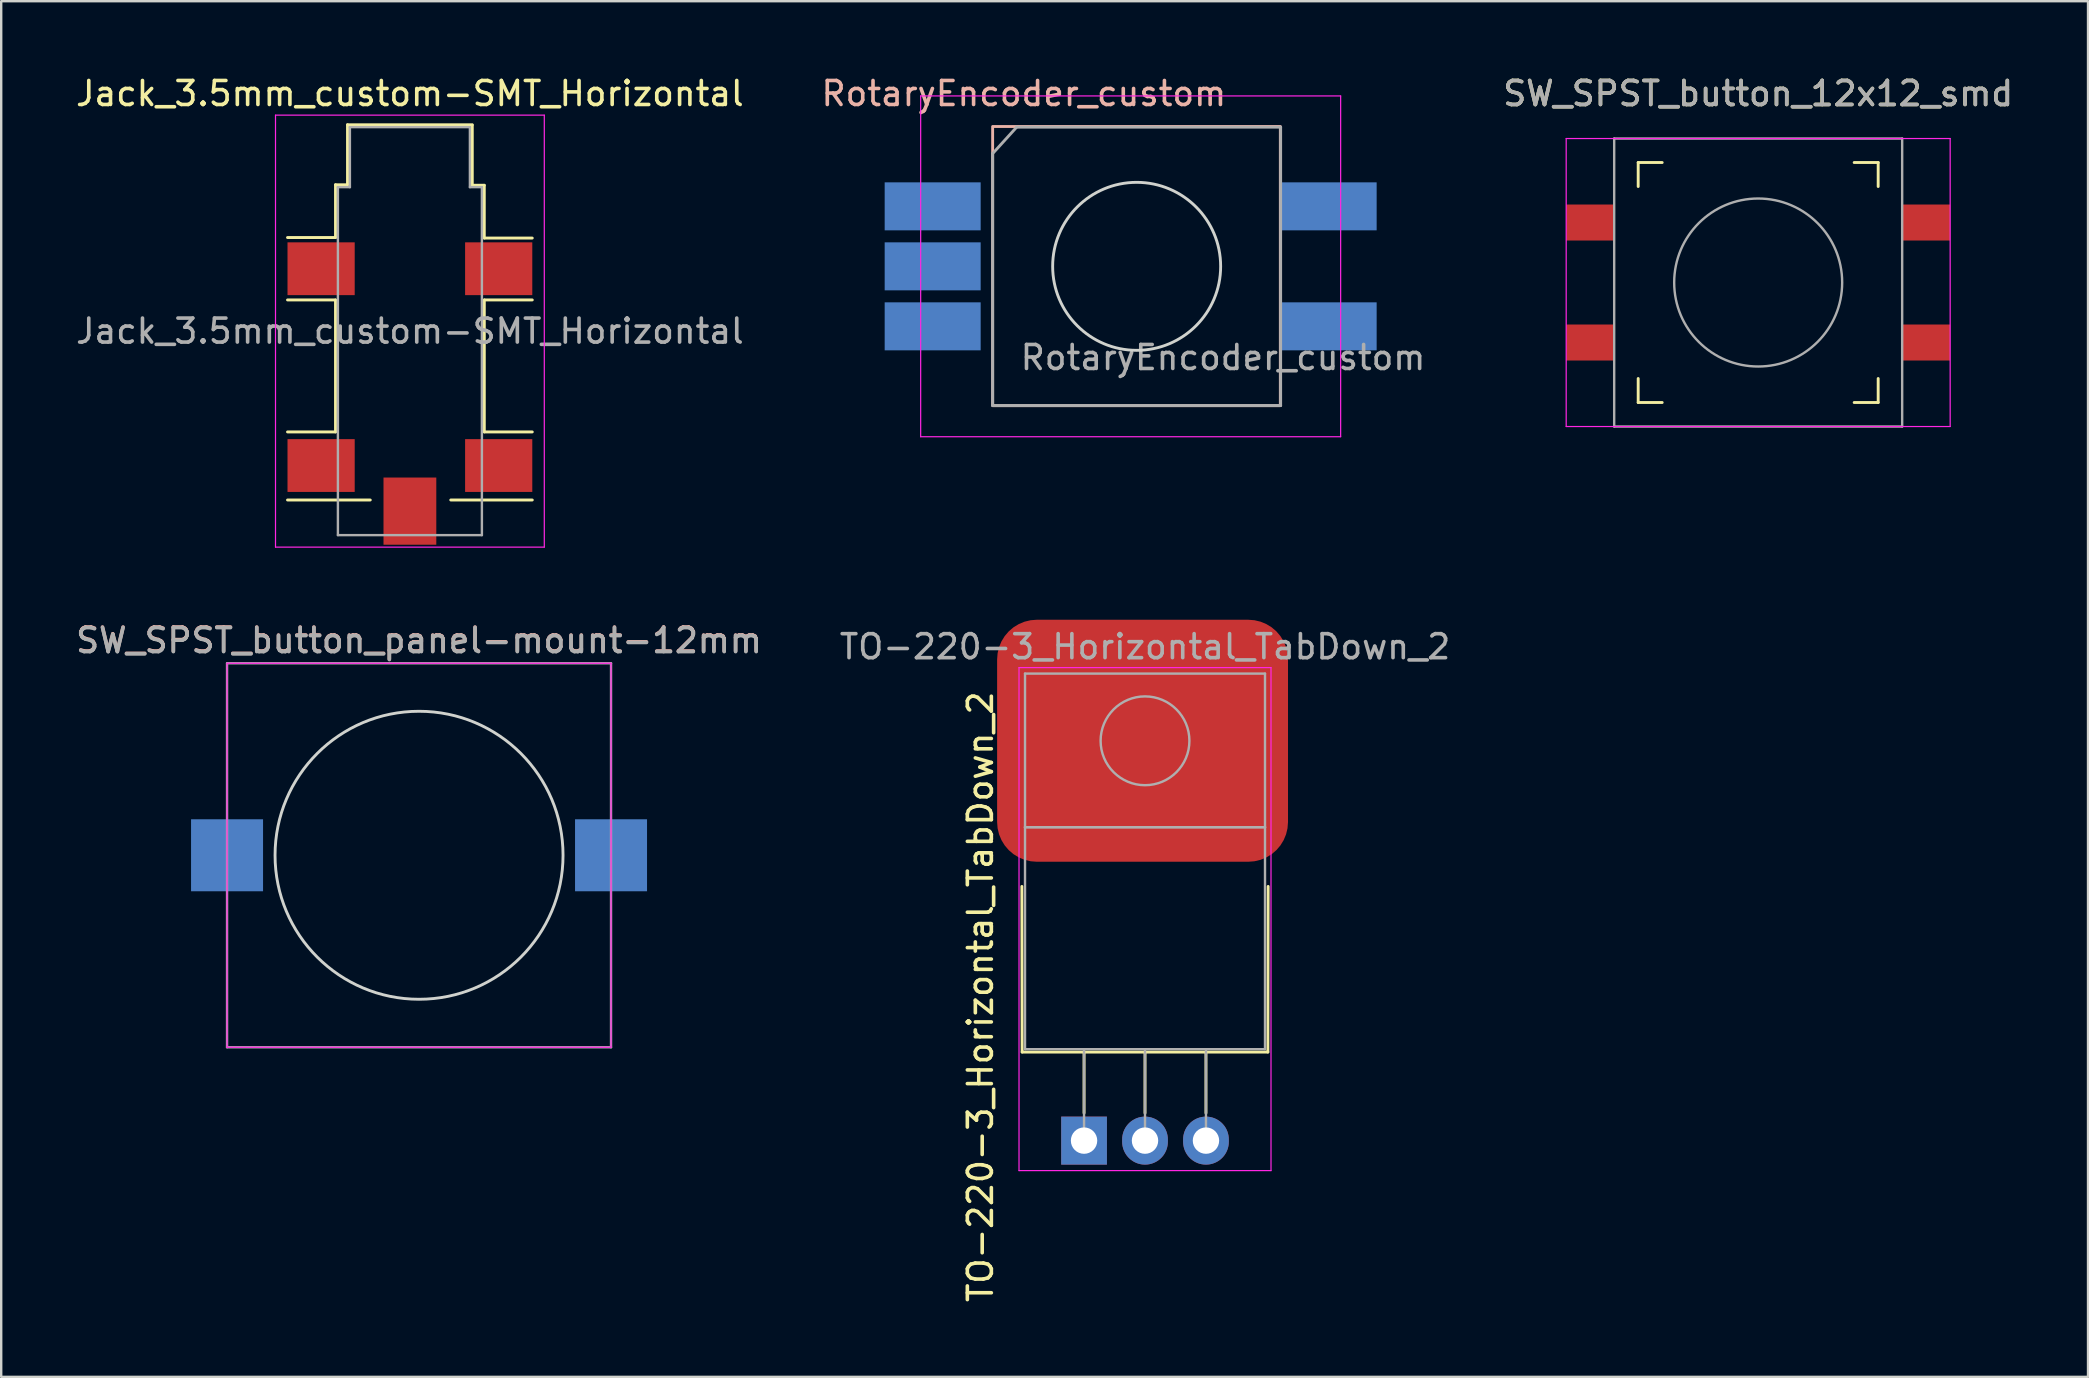
<source format=kicad_pcb>
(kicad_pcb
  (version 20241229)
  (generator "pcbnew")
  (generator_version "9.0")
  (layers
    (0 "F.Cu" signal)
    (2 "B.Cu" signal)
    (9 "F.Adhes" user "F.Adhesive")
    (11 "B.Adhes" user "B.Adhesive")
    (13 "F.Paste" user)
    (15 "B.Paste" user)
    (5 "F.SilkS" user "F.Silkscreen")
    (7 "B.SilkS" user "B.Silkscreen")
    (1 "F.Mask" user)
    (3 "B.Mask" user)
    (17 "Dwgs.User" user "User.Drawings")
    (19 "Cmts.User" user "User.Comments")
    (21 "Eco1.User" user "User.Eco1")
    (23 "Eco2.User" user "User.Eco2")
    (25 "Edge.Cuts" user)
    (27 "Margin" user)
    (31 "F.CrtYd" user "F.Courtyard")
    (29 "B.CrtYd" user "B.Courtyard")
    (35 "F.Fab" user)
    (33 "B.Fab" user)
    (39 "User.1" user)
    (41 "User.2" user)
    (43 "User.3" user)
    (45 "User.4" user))
  (footprint "SW_SPST_button_panel-mount-12mm"
    (layer "F.Cu")
    (at 14.411 32.588)
    (property "Reference" "SW_SPST_button_panel-mount-12mm" (at 0 -8.966 0) (layer "B.SilkS") (effects (font (size 1 1) (thickness 0.15))))
    (attr through_hole)
    (fp_circle (center 0 0) (end 6 0) (stroke (width 0.12) (type solid)) (fill no) (layer "Edge.Cuts"))
    (fp_line (start -8 -8) (end -8 8) (stroke (width 0.05) (type solid)) (layer "F.CrtYd"))
    (fp_line (start -8 -8) (end 8 -8) (stroke (width 0.05) (type solid)) (layer "F.CrtYd"))
    (fp_line (start -8 8) (end 8 8) (stroke (width 0.05) (type solid)) (layer "F.CrtYd"))
    (fp_line (start 8 8) (end 8 -8) (stroke (width 0.05) (type solid)) (layer "F.CrtYd"))
    (fp_line (start -8 -8) (end -8 8) (stroke (width 0.1) (type solid)) (layer "F.Fab"))
    (fp_line (start -8 8) (end 8 8) (stroke (width 0.1) (type solid)) (layer "F.Fab"))
    (fp_line (start 8 -8) (end -8 -8) (stroke (width 0.1) (type solid)) (layer "F.Fab"))
    (fp_line (start 8 8) (end 8 -8) (stroke (width 0.1) (type solid)) (layer "F.Fab"))
    (fp_text user "${REFERENCE}" (at 0 -8.941 0) (layer "F.Fab") (effects (font (size 1 1) (thickness 0.15))))
    (pad "1" smd rect (at -8 0) (size 3 3) (layers "B.Cu" "B.Mask" "B.Paste"))
    (pad "2" smd rect (at 8 0) (size 3 3) (layers "B.Cu" "B.Mask" "B.Paste")))
  (footprint "TO-220-3_Horizontal_TabDown_2"
    (layer "F.Cu")
    (at 42.121 44.478)
    (property "Reference" "TO-220-3_Horizontal_TabDown_2" (at -4.318 -5.994 270) (layer "F.SilkS") (effects (font (size 1 1) (thickness 0.15))))
    (attr through_hole)
    (fp_line (start -2.591 -10.592) (end -2.58 -3.69) (stroke (width 0.12) (type solid)) (layer "F.SilkS"))
    (fp_line (start -2.58 -3.69) (end 7.66 -3.69) (stroke (width 0.12) (type solid)) (layer "F.SilkS"))
    (fp_line (start 0 -3.69) (end 0 -1.15) (stroke (width 0.12) (type solid)) (layer "F.SilkS"))
    (fp_line (start 2.54 -3.69) (end 2.54 -1.15) (stroke (width 0.12) (type solid)) (layer "F.SilkS"))
    (fp_line (start 5.08 -3.69) (end 5.08 -1.15) (stroke (width 0.12) (type solid)) (layer "F.SilkS"))
    (fp_line (start 7.671 -10.592) (end 7.66 -3.69) (stroke (width 0.12) (type solid)) (layer "F.SilkS"))
    (fp_line (start -2.71 -19.71) (end -2.71 1.25) (stroke (width 0.05) (type solid)) (layer "F.CrtYd"))
    (fp_line (start -2.71 1.25) (end 7.79 1.25) (stroke (width 0.05) (type solid)) (layer "F.CrtYd"))
    (fp_line (start 7.79 -19.71) (end -2.71 -19.71) (stroke (width 0.05) (type solid)) (layer "F.CrtYd"))
    (fp_line (start 7.79 1.25) (end 7.79 -19.71) (stroke (width 0.05) (type solid)) (layer "F.CrtYd"))
    (fp_line (start -2.46 -19.46) (end 7.54 -19.46) (stroke (width 0.1) (type solid)) (layer "F.Fab"))
    (fp_line (start -2.46 -13.06) (end -2.46 -19.46) (stroke (width 0.1) (type solid)) (layer "F.Fab"))
    (fp_line (start -2.46 -13.06) (end 7.54 -13.06) (stroke (width 0.1) (type solid)) (layer "F.Fab"))
    (fp_line (start -2.46 -3.81) (end -2.46 -13.06) (stroke (width 0.1) (type solid)) (layer "F.Fab"))
    (fp_line (start 0 -3.81) (end 0 0) (stroke (width 0.1) (type solid)) (layer "F.Fab"))
    (fp_line (start 2.54 -3.81) (end 2.54 0) (stroke (width 0.1) (type solid)) (layer "F.Fab"))
    (fp_line (start 5.08 -3.81) (end 5.08 0) (stroke (width 0.1) (type solid)) (layer "F.Fab"))
    (fp_line (start 7.54 -19.46) (end 7.54 -13.06) (stroke (width 0.1) (type solid)) (layer "F.Fab"))
    (fp_line (start 7.54 -13.06) (end -2.46 -13.06) (stroke (width 0.1) (type solid)) (layer "F.Fab"))
    (fp_line (start 7.54 -13.06) (end 7.54 -3.81) (stroke (width 0.1) (type solid)) (layer "F.Fab"))
    (fp_line (start 7.54 -3.81) (end -2.46 -3.81) (stroke (width 0.1) (type solid)) (layer "F.Fab"))
    (fp_circle (center 2.54 -16.66) (end 4.39 -16.66) (stroke (width 0.1) (type solid)) (fill no) (layer "F.Fab"))
    (fp_text user "${REFERENCE}" (at 2.54 -20.58 0) (layer "F.Fab") (effects (font (size 1 1) (thickness 0.15))))
    (pad "1" thru_hole rect (at 0 0) (size 1.905 2) (drill 1.1) (layers "*.Cu" "*.Mask"))
    (pad "2" thru_hole oval (at 2.54 0) (size 1.905 2) (drill 1.1) (layers "*.Cu" "*.Mask"))
    (pad "3" thru_hole oval (at 5.08 0) (size 1.905 2) (drill 1.1) (layers "*.Cu" "*.Mask"))
    (pad "4" smd roundrect (at 2.438 -16.662) (size 12.121 10.084) (layers "F.Cu" "F.Mask" "F.Paste") (roundrect_rratio 0.164)))
  (footprint "Jack_3.5mm_custom-SMT_Horizontal"
    (layer "F.Cu")
    (at 14.03 10.748)
    (property "Reference" "Jack_3.5mm_custom-SMT_Horizontal" (at 0 -9.9 0) (layer "F.SilkS") (effects (font (size 1 1) (thickness 0.15))))
    (attr smd)
    (fp_line (start -3.1 -6.1) (end -2.6 -6.1) (stroke (width 0.12) (type solid)) (layer "F.SilkS"))
    (fp_line (start -3.1 -3.9) (end -5.1 -3.9) (stroke (width 0.12) (type solid)) (layer "F.SilkS"))
    (fp_line (start -3.1 -3.9) (end -3.1 -6.1) (stroke (width 0.12) (type solid)) (layer "F.SilkS"))
    (fp_line (start -3.1 -1.3) (end -5.1 -1.3) (stroke (width 0.12) (type solid)) (layer "F.SilkS"))
    (fp_line (start -3.1 4.2) (end -5.1 4.2) (stroke (width 0.12) (type solid)) (layer "F.SilkS"))
    (fp_line (start -3.1 4.2) (end -3.1 -1.3) (stroke (width 0.12) (type solid)) (layer "F.SilkS"))
    (fp_line (start -2.6 -8.6) (end 2.6 -8.6) (stroke (width 0.12) (type solid)) (layer "F.SilkS"))
    (fp_line (start -2.6 -6.1) (end -2.6 -8.6) (stroke (width 0.12) (type solid)) (layer "F.SilkS"))
    (fp_line (start -1.651 7.036) (end -5.1 7.036) (stroke (width 0.12) (type solid)) (layer "F.SilkS"))
    (fp_line (start 1.702 7.036) (end 5.1 7.036) (stroke (width 0.12) (type solid)) (layer "F.SilkS"))
    (fp_line (start 2.599 -6.078) (end 2.599 -8.578) (stroke (width 0.12) (type solid)) (layer "F.SilkS"))
    (fp_line (start 3.099 -6.078) (end 2.599 -6.078) (stroke (width 0.12) (type solid)) (layer "F.SilkS"))
    (fp_line (start 3.099 -3.878) (end 3.099 -6.078) (stroke (width 0.12) (type solid)) (layer "F.SilkS"))
    (fp_line (start 3.099 -3.878) (end 5.099 -3.878) (stroke (width 0.12) (type solid)) (layer "F.SilkS"))
    (fp_line (start 3.1 -1.3) (end 5.1 -1.3) (stroke (width 0.12) (type solid)) (layer "F.SilkS"))
    (fp_line (start 3.1 4.2) (end 3.1 -1.3) (stroke (width 0.12) (type solid)) (layer "F.SilkS"))
    (fp_line (start 3.1 4.2) (end 5.1 4.2) (stroke (width 0.12) (type solid)) (layer "F.SilkS"))
    (fp_line (start -5.6 -9) (end 5.6 -9) (stroke (width 0.05) (type solid)) (layer "F.CrtYd"))
    (fp_line (start -5.6 9) (end -5.6 -9) (stroke (width 0.05) (type solid)) (layer "F.CrtYd"))
    (fp_line (start 5.6 -9) (end 5.6 9) (stroke (width 0.05) (type solid)) (layer "F.CrtYd"))
    (fp_line (start 5.6 9) (end -5.6 9) (stroke (width 0.05) (type solid)) (layer "F.CrtYd"))
    (fp_line (start -3 -6) (end -2.5 -6) (stroke (width 0.1) (type solid)) (layer "F.Fab"))
    (fp_line (start -3 8.5) (end -3 -6) (stroke (width 0.1) (type solid)) (layer "F.Fab"))
    (fp_line (start -2.5 -8.5) (end 2.5 -8.5) (stroke (width 0.1) (type solid)) (layer "F.Fab"))
    (fp_line (start -2.5 -6) (end -2.5 -8.5) (stroke (width 0.1) (type solid)) (layer "F.Fab"))
    (fp_line (start 2.5 -8.5) (end 2.5 -6) (stroke (width 0.1) (type solid)) (layer "F.Fab"))
    (fp_line (start 2.5 -6) (end 3 -6) (stroke (width 0.1) (type solid)) (layer "F.Fab"))
    (fp_line (start 3 -6) (end 3 8.5) (stroke (width 0.1) (type solid)) (layer "F.Fab"))
    (fp_line (start 3 8.5) (end -3 8.5) (stroke (width 0.1) (type solid)) (layer "F.Fab"))
    (fp_text user "${REFERENCE}" (at 0 0 0) (layer "F.Fab") (effects (font (size 1 1) (thickness 0.15))))
    (pad "" smd rect (at 0 7.5 90) (size 2.8 2.2) (layers "F.Cu" "F.Mask" "F.Paste"))
    (pad "R" smd rect (at -3.7 5.6) (size 2.8 2.2) (layers "F.Cu" "F.Mask" "F.Paste"))
    (pad "S" smd rect (at 3.7 5.6) (size 2.8 2.2) (layers "F.Cu" "F.Mask" "F.Paste"))
    (pad "T" smd rect (at -3.7 -2.6) (size 2.8 2.2) (layers "F.Cu" "F.Mask" "F.Paste"))
    (pad "T" smd rect (at 3.7 -2.6) (size 2.8 2.2) (layers "F.Cu" "F.Mask" "F.Paste")))
  (footprint "RotaryEncoder_custom"
    (layer "F.Cu")
    (at 36.813 5.548)
    (property "Reference" "RotaryEncoder_custom" (at 2.8 -4.7 0) (layer "B.SilkS") (effects (font (size 1 1) (thickness 0.15))))
    (attr through_hole)
    (fp_rect (start 13.487 -3.327) (end 1.499 8.306) (stroke (width 0.12) (type solid)) (fill no) (layer "B.SilkS"))
    (fp_circle (center 7.5 2.5) (end 11 2.5) (stroke (width 0.12) (type solid)) (fill no) (layer "Edge.Cuts"))
    (fp_line (start -1.5 -4.6) (end -1.5 9.6) (stroke (width 0.05) (type solid)) (layer "F.CrtYd"))
    (fp_line (start -1.5 -4.6) (end 16 -4.6) (stroke (width 0.05) (type solid)) (layer "F.CrtYd"))
    (fp_line (start 16 9.6) (end -1.5 9.6) (stroke (width 0.05) (type solid)) (layer "F.CrtYd"))
    (fp_line (start 16 9.6) (end 16 -4.6) (stroke (width 0.05) (type solid)) (layer "F.CrtYd"))
    (fp_line (start 1.5 -2.2) (end 2.5 -3.3) (stroke (width 0.12) (type solid)) (layer "F.Fab"))
    (fp_line (start 1.5 8.3) (end 1.5 -2.2) (stroke (width 0.12) (type solid)) (layer "F.Fab"))
    (fp_line (start 2.5 -3.3) (end 13.5 -3.3) (stroke (width 0.12) (type solid)) (layer "F.Fab"))
    (fp_line (start 13.5 -3.3) (end 13.5 8.3) (stroke (width 0.12) (type solid)) (layer "F.Fab"))
    (fp_line (start 13.5 8.3) (end 1.5 8.3) (stroke (width 0.12) (type solid)) (layer "F.Fab"))
    (fp_text user "${REFERENCE}" (at 11.1 6.3 0) (layer "F.Fab") (effects (font (size 1 1) (thickness 0.15))))
    (pad "A" smd rect (at -1 0) (size 4 2) (layers "B.Cu" "B.Mask" "B.Paste"))
    (pad "B" smd rect (at -1 5) (size 4 2) (layers "B.Cu" "B.Mask" "B.Paste"))
    (pad "C" smd rect (at -1 2.5) (size 4 2) (layers "B.Cu" "B.Mask" "B.Paste"))
    (pad "S1" smd rect (at 15.5 5) (size 4 2) (layers "B.Cu" "B.Mask" "B.Paste"))
    (pad "S2" smd rect (at 15.5 0) (size 4 2) (layers "B.Cu" "B.Mask" "B.Paste")))
  (footprint "SW_SPST_button_12x12_smd"
    (layer "F.Cu")
    (at 70.211 8.722)
    (property "Reference" "SW_SPST_button_12x12_smd" (at 0 -7.874 0) (layer "F.SilkS") (effects (font (size 1 1) (thickness 0.15))))
    (attr smd)
    (fp_line (start -5 -5) (end -4 -5) (stroke (width 0.12) (type solid)) (layer "F.SilkS"))
    (fp_line (start -5 -4) (end -5 -5) (stroke (width 0.12) (type solid)) (layer "F.SilkS"))
    (fp_line (start -5 5) (end -5 4) (stroke (width 0.12) (type solid)) (layer "F.SilkS"))
    (fp_line (start -4 5) (end -5 5) (stroke (width 0.12) (type solid)) (layer "F.SilkS"))
    (fp_line (start 4 -5) (end 5 -5) (stroke (width 0.12) (type solid)) (layer "F.SilkS"))
    (fp_line (start 5 -5) (end 5 -4) (stroke (width 0.12) (type solid)) (layer "F.SilkS"))
    (fp_line (start 5 4) (end 5 5) (stroke (width 0.12) (type solid)) (layer "F.SilkS"))
    (fp_line (start 5 5) (end 4 5) (stroke (width 0.12) (type solid)) (layer "F.SilkS"))
    (fp_line (start -8 -6) (end -8 6) (stroke (width 0.05) (type solid)) (layer "F.CrtYd"))
    (fp_line (start -8 -6) (end 8 -6) (stroke (width 0.05) (type solid)) (layer "F.CrtYd"))
    (fp_line (start -8 6) (end 8 6) (stroke (width 0.05) (type solid)) (layer "F.CrtYd"))
    (fp_line (start 8 6) (end 8 -6) (stroke (width 0.05) (type solid)) (layer "F.CrtYd"))
    (fp_line (start -6 -6) (end -6 6) (stroke (width 0.1) (type solid)) (layer "F.Fab"))
    (fp_line (start -6 6) (end 6 6) (stroke (width 0.1) (type solid)) (layer "F.Fab"))
    (fp_line (start 6 -6) (end -6 -6) (stroke (width 0.1) (type solid)) (layer "F.Fab"))
    (fp_line (start 6 6) (end 6 -6) (stroke (width 0.1) (type solid)) (layer "F.Fab"))
    (fp_circle (center 0 0) (end 3.5 0) (stroke (width 0.1) (type solid)) (fill no) (layer "F.Fab"))
    (fp_text user "${REFERENCE}" (at 0 -7.874 0) (layer "F.Fab") (effects (font (size 1 1) (thickness 0.15))))
    (pad "1" smd rect (at -7 -2.5) (size 2 1.5) (layers "F.Cu" "F.Mask" "F.Paste"))
    (pad "1" smd rect (at 7 -2.5) (size 2 1.5) (layers "F.Cu" "F.Mask" "F.Paste"))
    (pad "2" smd rect (at -7 2.5) (size 2 1.5) (layers "F.Cu" "F.Mask" "F.Paste"))
    (pad "2" smd rect (at 7 2.5) (size 2 1.5) (layers "F.Cu" "F.Mask" "F.Paste")))
  (gr_rect
    (start -3 -3)
    (end 83.955 54.322)
    (stroke (width 0.1) (type default))
    (fill no)
    (layer "Edge.Cuts")))
</source>
